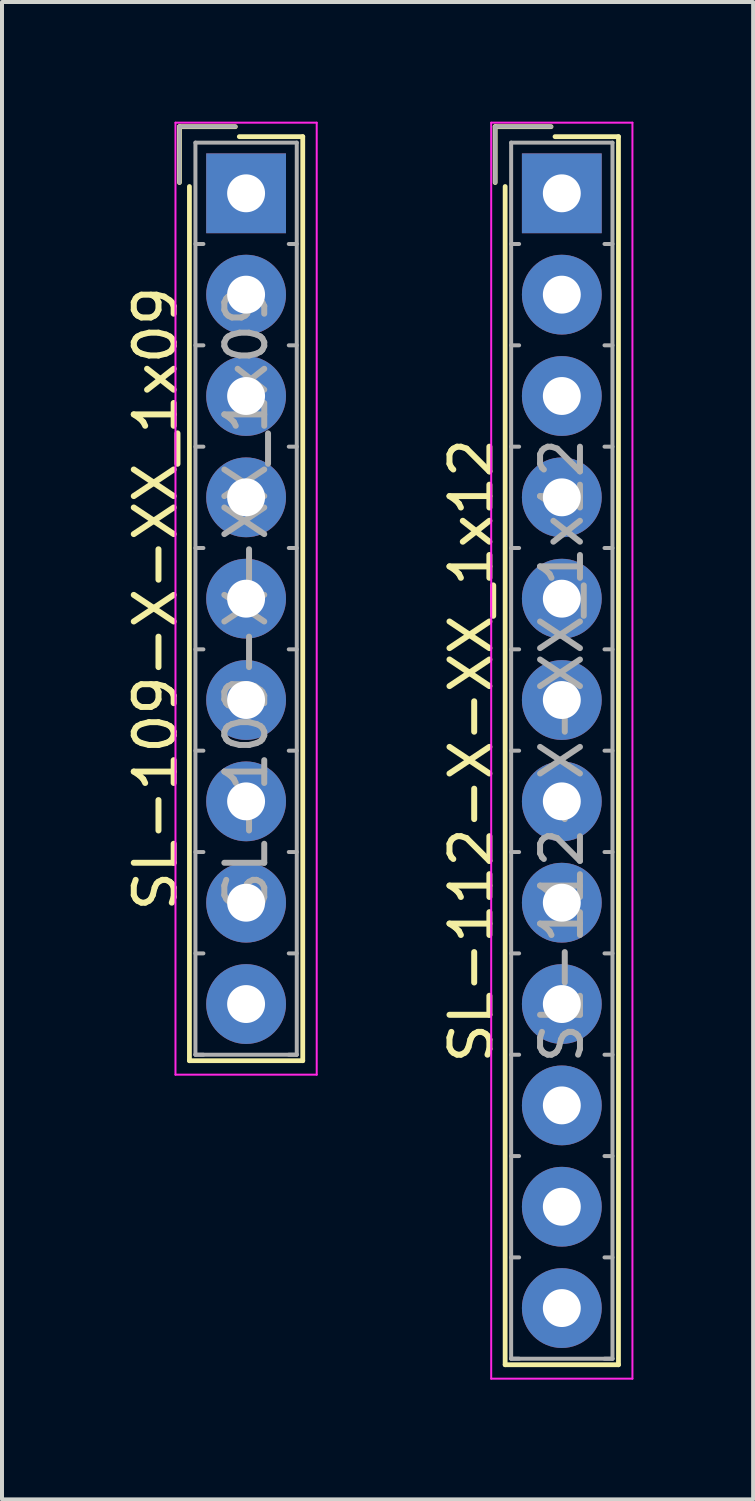
<source format=kicad_pcb>
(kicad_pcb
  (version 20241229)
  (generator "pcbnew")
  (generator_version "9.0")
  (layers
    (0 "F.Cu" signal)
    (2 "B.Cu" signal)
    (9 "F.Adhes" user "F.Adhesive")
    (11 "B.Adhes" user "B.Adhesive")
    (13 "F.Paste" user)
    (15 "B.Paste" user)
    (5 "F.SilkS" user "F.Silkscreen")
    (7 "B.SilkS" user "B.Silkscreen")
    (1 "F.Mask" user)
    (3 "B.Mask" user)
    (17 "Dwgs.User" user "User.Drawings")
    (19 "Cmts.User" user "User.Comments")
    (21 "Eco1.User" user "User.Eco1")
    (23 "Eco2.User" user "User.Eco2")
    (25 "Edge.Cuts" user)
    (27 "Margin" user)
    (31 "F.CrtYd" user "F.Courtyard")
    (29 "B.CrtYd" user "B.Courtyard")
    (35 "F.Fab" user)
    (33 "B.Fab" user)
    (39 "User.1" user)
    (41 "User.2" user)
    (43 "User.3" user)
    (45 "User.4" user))
  (footprint "SL-109-X-XX_1x09"
    (layer "F.Cu")
    (at 3.118 1.795)
    (property "Reference" "SL-109-X-XX_1x09" (at -2.27 10.16 90) (layer "F.SilkS") (effects (font (size 1 1) (thickness 0.15))))
    (attr through_hole)
    (fp_line (start -1.67 -1.67) (end -1.67 -0.27) (stroke (width 0.12) (type solid)) (layer "F.SilkS"))
    (fp_line (start -1.42 21.74) (end -1.42 -0.17) (stroke (width 0.12) (type solid)) (layer "F.SilkS"))
    (fp_line (start -0.27 -1.67) (end -1.67 -1.67) (stroke (width 0.12) (type solid)) (layer "F.SilkS"))
    (fp_line (start -0.17 -1.42) (end 1.42 -1.42) (stroke (width 0.12) (type solid)) (layer "F.SilkS"))
    (fp_line (start 1.42 -1.42) (end 1.42 21.74) (stroke (width 0.12) (type solid)) (layer "F.SilkS"))
    (fp_line (start 1.42 21.74) (end -1.42 21.74) (stroke (width 0.12) (type solid)) (layer "F.SilkS"))
    (fp_line (start -1.77 -1.77) (end -1.77 22.09) (stroke (width 0.05) (type solid)) (layer "F.CrtYd"))
    (fp_line (start -1.77 22.09) (end 1.77 22.09) (stroke (width 0.05) (type solid)) (layer "F.CrtYd"))
    (fp_line (start 1.77 -1.77) (end -1.77 -1.77) (stroke (width 0.05) (type solid)) (layer "F.CrtYd"))
    (fp_line (start 1.77 22.09) (end 1.77 -1.77) (stroke (width 0.05) (type solid)) (layer "F.CrtYd"))
    (fp_line (start -1.67 -1.67) (end -1.67 -0.27) (stroke (width 0.1) (type solid)) (layer "F.Fab"))
    (fp_line (start -1.27 -1.27) (end -1.27 21.59) (stroke (width 0.1) (type solid)) (layer "F.Fab"))
    (fp_line (start -1.27 1.27) (end -1.07 1.27) (stroke (width 0.1) (type solid)) (layer "F.Fab"))
    (fp_line (start -1.27 3.81) (end -1.07 3.81) (stroke (width 0.1) (type solid)) (layer "F.Fab"))
    (fp_line (start -1.27 6.35) (end -1.07 6.35) (stroke (width 0.1) (type solid)) (layer "F.Fab"))
    (fp_line (start -1.27 8.89) (end -1.07 8.89) (stroke (width 0.1) (type solid)) (layer "F.Fab"))
    (fp_line (start -1.27 11.43) (end -1.07 11.43) (stroke (width 0.1) (type solid)) (layer "F.Fab"))
    (fp_line (start -1.27 13.97) (end -1.07 13.97) (stroke (width 0.1) (type solid)) (layer "F.Fab"))
    (fp_line (start -1.27 16.51) (end -1.07 16.51) (stroke (width 0.1) (type solid)) (layer "F.Fab"))
    (fp_line (start -1.27 19.05) (end -1.07 19.05) (stroke (width 0.1) (type solid)) (layer "F.Fab"))
    (fp_line (start -1.27 21.59) (end -1.07 21.59) (stroke (width 0.1) (type solid)) (layer "F.Fab"))
    (fp_line (start -1.27 21.59) (end 1.27 21.59) (stroke (width 0.1) (type solid)) (layer "F.Fab"))
    (fp_line (start -0.27 -1.67) (end -1.67 -1.67) (stroke (width 0.1) (type solid)) (layer "F.Fab"))
    (fp_line (start 1.27 -1.27) (end -1.27 -1.27) (stroke (width 0.1) (type solid)) (layer "F.Fab"))
    (fp_line (start 1.27 1.27) (end 1.07 1.27) (stroke (width 0.1) (type solid)) (layer "F.Fab"))
    (fp_line (start 1.27 3.81) (end 1.07 3.81) (stroke (width 0.1) (type solid)) (layer "F.Fab"))
    (fp_line (start 1.27 6.35) (end 1.07 6.35) (stroke (width 0.1) (type solid)) (layer "F.Fab"))
    (fp_line (start 1.27 8.89) (end 1.07 8.89) (stroke (width 0.1) (type solid)) (layer "F.Fab"))
    (fp_line (start 1.27 11.43) (end 1.07 11.43) (stroke (width 0.1) (type solid)) (layer "F.Fab"))
    (fp_line (start 1.27 13.97) (end 1.07 13.97) (stroke (width 0.1) (type solid)) (layer "F.Fab"))
    (fp_line (start 1.27 16.51) (end 1.07 16.51) (stroke (width 0.1) (type solid)) (layer "F.Fab"))
    (fp_line (start 1.27 19.05) (end 1.07 19.05) (stroke (width 0.1) (type solid)) (layer "F.Fab"))
    (fp_line (start 1.27 21.59) (end 1.07 21.59) (stroke (width 0.1) (type solid)) (layer "F.Fab"))
    (fp_line (start 1.27 21.59) (end 1.27 -1.27) (stroke (width 0.1) (type solid)) (layer "F.Fab"))
    (fp_text user "${REFERENCE}" (at 0 10.16 90) (layer "F.Fab") (effects (font (size 1 1) (thickness 0.15))))
    (pad "1" thru_hole rect (at 0 0) (size 2 2) (drill 0.95) (layers "*.Cu" "*.Mask"))
    (pad "2" thru_hole circle (at 0 2.54) (size 2 2) (drill 0.95) (layers "*.Cu" "*.Mask"))
    (pad "3" thru_hole circle (at 0 5.08) (size 2 2) (drill 0.95) (layers "*.Cu" "*.Mask"))
    (pad "4" thru_hole circle (at 0 7.62) (size 2 2) (drill 0.95) (layers "*.Cu" "*.Mask"))
    (pad "5" thru_hole circle (at 0 10.16) (size 2 2) (drill 0.95) (layers "*.Cu" "*.Mask"))
    (pad "6" thru_hole circle (at 0 12.7) (size 2 2) (drill 0.95) (layers "*.Cu" "*.Mask"))
    (pad "7" thru_hole circle (at 0 15.24) (size 2 2) (drill 0.95) (layers "*.Cu" "*.Mask"))
    (pad "8" thru_hole circle (at 0 17.78) (size 2 2) (drill 0.95) (layers "*.Cu" "*.Mask"))
    (pad "9" thru_hole circle (at 0 20.32) (size 2 2) (drill 0.95) (layers "*.Cu" "*.Mask")))
  (footprint "SL-112-X-XX_1x12"
    (layer "F.Cu")
    (at 11.031 1.795)
    (property "Reference" "SL-112-X-XX_1x12" (at -2.27 13.97 90) (layer "F.SilkS") (effects (font (size 1 1) (thickness 0.15))))
    (attr through_hole)
    (fp_line (start -1.67 -1.67) (end -1.67 -0.27) (stroke (width 0.12) (type solid)) (layer "F.SilkS"))
    (fp_line (start -1.42 29.36) (end -1.42 -0.17) (stroke (width 0.12) (type solid)) (layer "F.SilkS"))
    (fp_line (start -0.27 -1.67) (end -1.67 -1.67) (stroke (width 0.12) (type solid)) (layer "F.SilkS"))
    (fp_line (start -0.17 -1.42) (end 1.42 -1.42) (stroke (width 0.12) (type solid)) (layer "F.SilkS"))
    (fp_line (start 1.42 -1.42) (end 1.42 29.36) (stroke (width 0.12) (type solid)) (layer "F.SilkS"))
    (fp_line (start 1.42 29.36) (end -1.42 29.36) (stroke (width 0.12) (type solid)) (layer "F.SilkS"))
    (fp_line (start -1.77 -1.77) (end -1.77 29.71) (stroke (width 0.05) (type solid)) (layer "F.CrtYd"))
    (fp_line (start -1.77 29.71) (end 1.77 29.71) (stroke (width 0.05) (type solid)) (layer "F.CrtYd"))
    (fp_line (start 1.77 -1.77) (end -1.77 -1.77) (stroke (width 0.05) (type solid)) (layer "F.CrtYd"))
    (fp_line (start 1.77 29.71) (end 1.77 -1.77) (stroke (width 0.05) (type solid)) (layer "F.CrtYd"))
    (fp_line (start -1.67 -1.67) (end -1.67 -0.27) (stroke (width 0.1) (type solid)) (layer "F.Fab"))
    (fp_line (start -1.27 -1.27) (end -1.27 29.21) (stroke (width 0.1) (type solid)) (layer "F.Fab"))
    (fp_line (start -1.27 1.27) (end -1.07 1.27) (stroke (width 0.1) (type solid)) (layer "F.Fab"))
    (fp_line (start -1.27 3.81) (end -1.07 3.81) (stroke (width 0.1) (type solid)) (layer "F.Fab"))
    (fp_line (start -1.27 6.35) (end -1.07 6.35) (stroke (width 0.1) (type solid)) (layer "F.Fab"))
    (fp_line (start -1.27 8.89) (end -1.07 8.89) (stroke (width 0.1) (type solid)) (layer "F.Fab"))
    (fp_line (start -1.27 11.43) (end -1.07 11.43) (stroke (width 0.1) (type solid)) (layer "F.Fab"))
    (fp_line (start -1.27 13.97) (end -1.07 13.97) (stroke (width 0.1) (type solid)) (layer "F.Fab"))
    (fp_line (start -1.27 16.51) (end -1.07 16.51) (stroke (width 0.1) (type solid)) (layer "F.Fab"))
    (fp_line (start -1.27 19.05) (end -1.07 19.05) (stroke (width 0.1) (type solid)) (layer "F.Fab"))
    (fp_line (start -1.27 21.59) (end -1.07 21.59) (stroke (width 0.1) (type solid)) (layer "F.Fab"))
    (fp_line (start -1.27 24.13) (end -1.07 24.13) (stroke (width 0.1) (type solid)) (layer "F.Fab"))
    (fp_line (start -1.27 26.67) (end -1.07 26.67) (stroke (width 0.1) (type solid)) (layer "F.Fab"))
    (fp_line (start -1.27 29.21) (end -1.07 29.21) (stroke (width 0.1) (type solid)) (layer "F.Fab"))
    (fp_line (start -1.27 29.21) (end 1.27 29.21) (stroke (width 0.1) (type solid)) (layer "F.Fab"))
    (fp_line (start -0.27 -1.67) (end -1.67 -1.67) (stroke (width 0.1) (type solid)) (layer "F.Fab"))
    (fp_line (start 1.27 -1.27) (end -1.27 -1.27) (stroke (width 0.1) (type solid)) (layer "F.Fab"))
    (fp_line (start 1.27 1.27) (end 1.07 1.27) (stroke (width 0.1) (type solid)) (layer "F.Fab"))
    (fp_line (start 1.27 3.81) (end 1.07 3.81) (stroke (width 0.1) (type solid)) (layer "F.Fab"))
    (fp_line (start 1.27 6.35) (end 1.07 6.35) (stroke (width 0.1) (type solid)) (layer "F.Fab"))
    (fp_line (start 1.27 8.89) (end 1.07 8.89) (stroke (width 0.1) (type solid)) (layer "F.Fab"))
    (fp_line (start 1.27 11.43) (end 1.07 11.43) (stroke (width 0.1) (type solid)) (layer "F.Fab"))
    (fp_line (start 1.27 13.97) (end 1.07 13.97) (stroke (width 0.1) (type solid)) (layer "F.Fab"))
    (fp_line (start 1.27 16.51) (end 1.07 16.51) (stroke (width 0.1) (type solid)) (layer "F.Fab"))
    (fp_line (start 1.27 19.05) (end 1.07 19.05) (stroke (width 0.1) (type solid)) (layer "F.Fab"))
    (fp_line (start 1.27 21.59) (end 1.07 21.59) (stroke (width 0.1) (type solid)) (layer "F.Fab"))
    (fp_line (start 1.27 24.13) (end 1.07 24.13) (stroke (width 0.1) (type solid)) (layer "F.Fab"))
    (fp_line (start 1.27 26.67) (end 1.07 26.67) (stroke (width 0.1) (type solid)) (layer "F.Fab"))
    (fp_line (start 1.27 29.21) (end 1.07 29.21) (stroke (width 0.1) (type solid)) (layer "F.Fab"))
    (fp_line (start 1.27 29.21) (end 1.27 -1.27) (stroke (width 0.1) (type solid)) (layer "F.Fab"))
    (fp_text user "${REFERENCE}" (at 0 13.97 90) (layer "F.Fab") (effects (font (size 1 1) (thickness 0.15))))
    (pad "1" thru_hole rect (at 0 0) (size 2 2) (drill 0.95) (layers "*.Cu" "*.Mask"))
    (pad "2" thru_hole circle (at 0 2.54) (size 2 2) (drill 0.95) (layers "*.Cu" "*.Mask"))
    (pad "3" thru_hole circle (at 0 5.08) (size 2 2) (drill 0.95) (layers "*.Cu" "*.Mask"))
    (pad "4" thru_hole circle (at 0 7.62) (size 2 2) (drill 0.95) (layers "*.Cu" "*.Mask"))
    (pad "5" thru_hole circle (at 0 10.16) (size 2 2) (drill 0.95) (layers "*.Cu" "*.Mask"))
    (pad "6" thru_hole circle (at 0 12.7) (size 2 2) (drill 0.95) (layers "*.Cu" "*.Mask"))
    (pad "7" thru_hole circle (at 0 15.24) (size 2 2) (drill 0.95) (layers "*.Cu" "*.Mask"))
    (pad "8" thru_hole circle (at 0 17.78) (size 2 2) (drill 0.95) (layers "*.Cu" "*.Mask"))
    (pad "9" thru_hole circle (at 0 20.32) (size 2 2) (drill 0.95) (layers "*.Cu" "*.Mask"))
    (pad "10" thru_hole circle (at 0 22.86) (size 2 2) (drill 0.95) (layers "*.Cu" "*.Mask"))
    (pad "11" thru_hole circle (at 0 25.4) (size 2 2) (drill 0.95) (layers "*.Cu" "*.Mask"))
    (pad "12" thru_hole circle (at 0 27.94) (size 2 2) (drill 0.95) (layers "*.Cu" "*.Mask")))
  (gr_rect
    (start -3 -3)
    (end 15.826 34.53)
    (stroke (width 0.1) (type default))
    (fill no)
    (layer "Edge.Cuts")))
</source>
